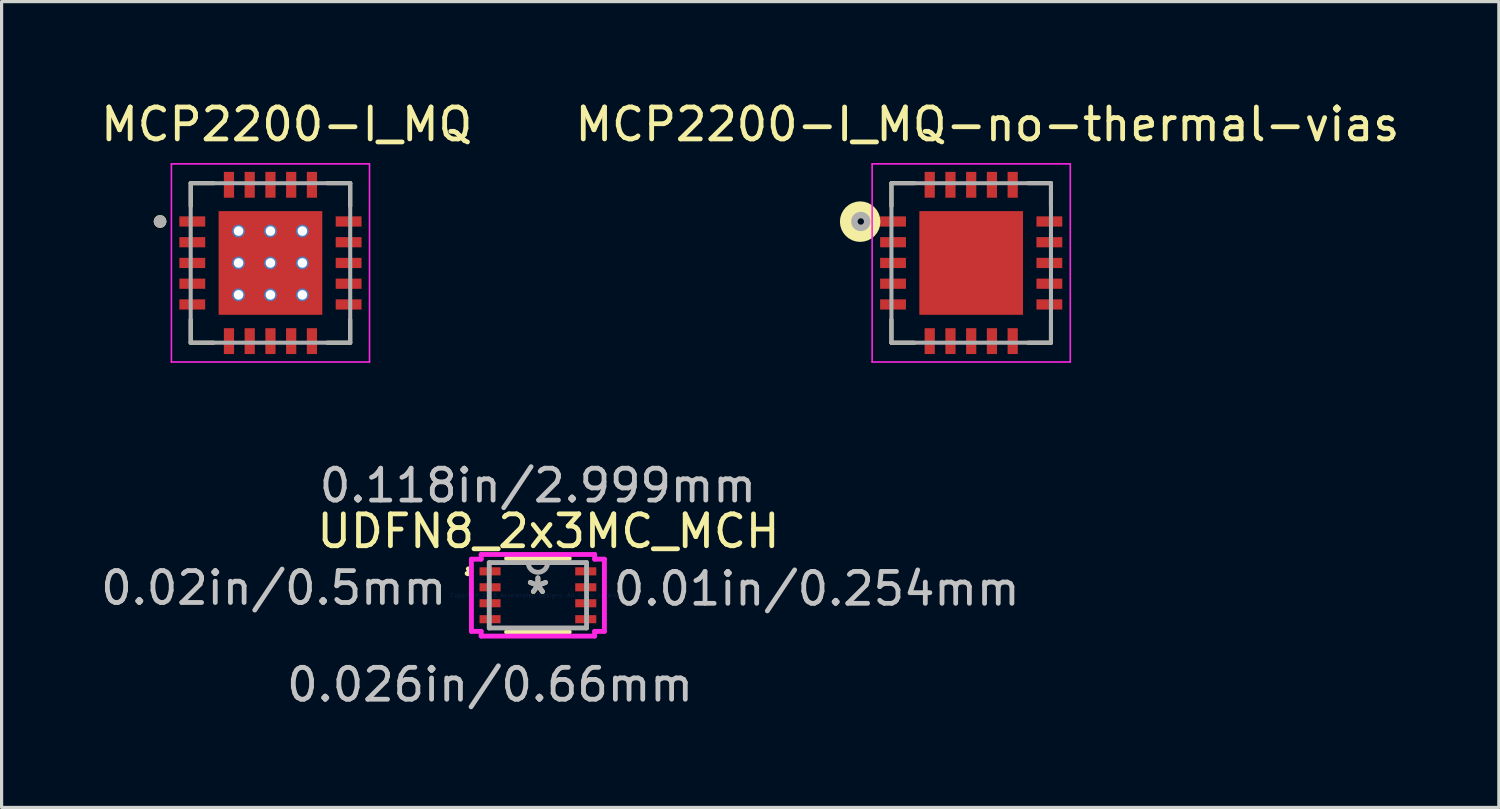
<source format=kicad_pcb>
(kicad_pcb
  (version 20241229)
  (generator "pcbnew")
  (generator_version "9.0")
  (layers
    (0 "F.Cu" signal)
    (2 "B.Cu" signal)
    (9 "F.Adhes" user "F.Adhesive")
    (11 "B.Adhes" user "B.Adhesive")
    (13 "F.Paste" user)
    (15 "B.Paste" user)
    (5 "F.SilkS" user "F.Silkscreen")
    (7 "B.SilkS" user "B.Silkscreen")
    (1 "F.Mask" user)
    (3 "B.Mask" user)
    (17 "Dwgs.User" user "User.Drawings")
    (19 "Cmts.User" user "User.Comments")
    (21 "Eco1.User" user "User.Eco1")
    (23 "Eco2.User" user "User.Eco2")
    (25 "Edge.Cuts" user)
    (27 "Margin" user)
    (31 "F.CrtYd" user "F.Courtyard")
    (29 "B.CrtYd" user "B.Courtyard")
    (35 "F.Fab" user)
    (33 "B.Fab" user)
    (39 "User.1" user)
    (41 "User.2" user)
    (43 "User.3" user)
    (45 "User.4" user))
  (footprint "MCP2200-I_MQ-no-thermal-vias"
    (layer "F.Cu")
    (at 27.391 5.192)
    (property "Reference" "MCP2200-I_MQ-no-thermal-vias" (at 0.508 -4.343 0) (layer "F.SilkS") (effects (font (size 1 1) (thickness 0.15))))
    (attr through_hole)
    (fp_line (start -2.5 -2.5) (end -2.5 -1.78) (stroke (width 0.127) (type solid)) (layer "F.SilkS"))
    (fp_line (start -2.5 -2.5) (end -1.78 -2.5) (stroke (width 0.127) (type solid)) (layer "F.SilkS"))
    (fp_line (start -2.5 2.5) (end -2.5 1.78) (stroke (width 0.127) (type solid)) (layer "F.SilkS"))
    (fp_line (start -2.5 2.5) (end -1.78 2.5) (stroke (width 0.127) (type solid)) (layer "F.SilkS"))
    (fp_line (start 2.5 -2.5) (end 1.78 -2.5) (stroke (width 0.127) (type solid)) (layer "F.SilkS"))
    (fp_line (start 2.5 -2.5) (end 2.5 -1.78) (stroke (width 0.127) (type solid)) (layer "F.SilkS"))
    (fp_line (start 2.5 2.5) (end 1.78 2.5) (stroke (width 0.127) (type solid)) (layer "F.SilkS"))
    (fp_line (start 2.5 2.5) (end 2.5 1.78) (stroke (width 0.127) (type solid)) (layer "F.SilkS"))
    (fp_circle (center -3.48 -1.295) (end -3.302 -1.295) (stroke (width 0.457) (type solid)) (fill no) (layer "F.SilkS"))
    (fp_poly (pts (xy -1.03 -1.03) (xy 1.03 -1.03) (xy 1.03 1.03) (xy -1.03 1.03)) (stroke (width 0.01) (type solid)) (fill yes) (layer "F.Paste"))
    (fp_line (start -3.105 -3.105) (end 3.105 -3.105) (stroke (width 0.05) (type solid)) (layer "F.CrtYd"))
    (fp_line (start -3.105 3.105) (end -3.105 -3.105) (stroke (width 0.05) (type solid)) (layer "F.CrtYd"))
    (fp_line (start -3.105 3.105) (end 3.105 3.105) (stroke (width 0.05) (type solid)) (layer "F.CrtYd"))
    (fp_line (start 3.105 3.105) (end 3.105 -3.105) (stroke (width 0.05) (type solid)) (layer "F.CrtYd"))
    (fp_line (start -2.5 2.5) (end -2.5 -2.5) (stroke (width 0.127) (type solid)) (layer "F.Fab"))
    (fp_line (start 2.5 -2.5) (end -2.5 -2.5) (stroke (width 0.127) (type solid)) (layer "F.Fab"))
    (fp_line (start 2.5 2.5) (end -2.5 2.5) (stroke (width 0.127) (type solid)) (layer "F.Fab"))
    (fp_line (start 2.5 2.5) (end 2.5 -2.5) (stroke (width 0.127) (type solid)) (layer "F.Fab"))
    (fp_circle (center -3.46 -1.3) (end -3.36 -1.3) (stroke (width 0.203) (type solid)) (fill no) (layer "F.Fab"))
    (pad "1" smd rect (at -2.45 -1.3) (size 0.81 0.32) (layers "F.Cu" "F.Mask" "F.Paste"))
    (pad "2" smd rect (at -2.45 -0.65) (size 0.81 0.32) (layers "F.Cu" "F.Mask" "F.Paste"))
    (pad "3" smd rect (at -2.45 0) (size 0.81 0.32) (layers "F.Cu" "F.Mask" "F.Paste"))
    (pad "4" smd rect (at -2.45 0.65) (size 0.81 0.32) (layers "F.Cu" "F.Mask" "F.Paste"))
    (pad "5" smd rect (at -2.45 1.3) (size 0.81 0.32) (layers "F.Cu" "F.Mask" "F.Paste"))
    (pad "6" smd rect (at -1.3 2.45) (size 0.32 0.81) (layers "F.Cu" "F.Mask" "F.Paste"))
    (pad "7" smd rect (at -0.65 2.45) (size 0.32 0.81) (layers "F.Cu" "F.Mask" "F.Paste"))
    (pad "8" smd rect (at 0 2.45) (size 0.32 0.81) (layers "F.Cu" "F.Mask" "F.Paste"))
    (pad "9" smd rect (at 0.65 2.45) (size 0.32 0.81) (layers "F.Cu" "F.Mask" "F.Paste"))
    (pad "10" smd rect (at 1.3 2.45) (size 0.32 0.81) (layers "F.Cu" "F.Mask" "F.Paste"))
    (pad "11" smd rect (at 2.45 1.3) (size 0.81 0.32) (layers "F.Cu" "F.Mask" "F.Paste"))
    (pad "12" smd rect (at 2.45 0.65) (size 0.81 0.32) (layers "F.Cu" "F.Mask" "F.Paste"))
    (pad "13" smd rect (at 2.45 0) (size 0.81 0.32) (layers "F.Cu" "F.Mask" "F.Paste"))
    (pad "14" smd rect (at 2.45 -0.65) (size 0.81 0.32) (layers "F.Cu" "F.Mask" "F.Paste"))
    (pad "15" smd rect (at 2.45 -1.3) (size 0.81 0.32) (layers "F.Cu" "F.Mask" "F.Paste"))
    (pad "16" smd rect (at 1.3 -2.45) (size 0.32 0.81) (layers "F.Cu" "F.Mask" "F.Paste"))
    (pad "17" smd rect (at 0.65 -2.45) (size 0.32 0.81) (layers "F.Cu" "F.Mask" "F.Paste"))
    (pad "18" smd rect (at 0 -2.45) (size 0.32 0.81) (layers "F.Cu" "F.Mask" "F.Paste"))
    (pad "19" smd rect (at -0.65 -2.45) (size 0.32 0.81) (layers "F.Cu" "F.Mask" "F.Paste"))
    (pad "20" smd rect (at -1.3 -2.45) (size 0.32 0.81) (layers "F.Cu" "F.Mask" "F.Paste"))
    (pad "21" smd rect (at 0 0) (size 3.25 3.25) (layers "F.Cu" "F.Mask")))
  (footprint "UDFN8_2x3MC_MCH"
    (layer "F.Cu")
    (at 13.81 15.608)
    (property "Reference" "UDFN8_2x3MC_MCH" (at 0.33 -2.007 0) (layer "F.SilkS") (effects (font (size 1 1) (thickness 0.15))))
    (attr through_hole)
    (fp_line (start -0.982 1.152) (end 0.982 1.152) (stroke (width 0.152) (type solid)) (layer "F.SilkS"))
    (fp_line (start 0.982 -1.152) (end -0.982 -1.152) (stroke (width 0.152) (type solid)) (layer "F.SilkS"))
    (fp_arc (start -2.181399 -0.8262) (mid -2.10757 -0.731139) (end -2.217947 -0.683137) (stroke (width 0.1524) (type solid)) (layer "F.SilkS"))
    (fp_line (start -2.084 -1.131) (end -1.779 -1.131) (stroke (width 0.152) (type solid)) (layer "F.CrtYd"))
    (fp_line (start -2.084 1.131) (end -2.084 -1.131) (stroke (width 0.152) (type solid)) (layer "F.CrtYd"))
    (fp_line (start -1.779 -1.279) (end 1.779 -1.279) (stroke (width 0.152) (type solid)) (layer "F.CrtYd"))
    (fp_line (start -1.779 -1.131) (end -1.779 -1.279) (stroke (width 0.152) (type solid)) (layer "F.CrtYd"))
    (fp_line (start -1.779 1.131) (end -2.084 1.131) (stroke (width 0.152) (type solid)) (layer "F.CrtYd"))
    (fp_line (start -1.779 1.279) (end -1.779 1.131) (stroke (width 0.152) (type solid)) (layer "F.CrtYd"))
    (fp_line (start 1.779 -1.279) (end 1.779 -1.131) (stroke (width 0.152) (type solid)) (layer "F.CrtYd"))
    (fp_line (start 1.779 -1.131) (end 2.084 -1.131) (stroke (width 0.152) (type solid)) (layer "F.CrtYd"))
    (fp_line (start 1.779 1.131) (end 1.779 1.279) (stroke (width 0.152) (type solid)) (layer "F.CrtYd"))
    (fp_line (start 1.779 1.279) (end -1.779 1.279) (stroke (width 0.152) (type solid)) (layer "F.CrtYd"))
    (fp_line (start 2.084 -1.131) (end 2.084 1.131) (stroke (width 0.152) (type solid)) (layer "F.CrtYd"))
    (fp_line (start 2.084 1.131) (end 1.779 1.131) (stroke (width 0.152) (type solid)) (layer "F.CrtYd"))
    (fp_line (start -1.525 -1.025) (end -1.525 1.025) (stroke (width 0.152) (type solid)) (layer "F.Fab"))
    (fp_line (start -1.525 1.025) (end 1.525 1.025) (stroke (width 0.152) (type solid)) (layer "F.Fab"))
    (fp_line (start 1.525 -1.025) (end -1.525 -1.025) (stroke (width 0.152) (type solid)) (layer "F.Fab"))
    (fp_line (start 1.525 1.025) (end 1.525 -1.025) (stroke (width 0.152) (type solid)) (layer "F.Fab"))
    (fp_arc (start 0.3048 -1.025) (mid 0 -0.7202) (end -0.3048 -1.025) (stroke (width 0.1524) (type solid)) (layer "F.Fab"))
    (fp_text user "*" (at 0 0 0) (layer "F.SilkS") (effects (font (size 1 1) (thickness 0.15))))
    (fp_text user "0.118in/2.999mm" (at 0 -3.438 0) (layer "Dwgs.User") (effects (font (size 1 1) (thickness 0.15))))
    (fp_text user "0.01in/0.254mm" (at 8.738 -0.203 0) (layer "Dwgs.User") (effects (font (size 1 1) (thickness 0.15))))
    (fp_text user "0.02in/0.5mm" (at -8.28 -0.229 0) (layer "Dwgs.User") (effects (font (size 1 1) (thickness 0.15))))
    (fp_text user "0.026in/0.66mm" (at -1.5 2.803 0) (layer "Dwgs.User") (effects (font (size 1 1) (thickness 0.15))))
    (fp_text user "Copyright 2016 Accelerated Designs. All rights reserved." (at 0 0 0) (layer "Cmts.User") (effects (font (size 0.127 0.127) (thickness 0.002))))
    (fp_text user "*" (at 0 0 0) (layer "F.Fab") (effects (font (size 1 1) (thickness 0.15))))
    (pad "1" smd rect (at -1.5 -0.75) (size 0.66 0.254) (layers "F.Cu" "F.Mask" "F.Paste"))
    (pad "2" smd rect (at -1.5 -0.25) (size 0.66 0.254) (layers "F.Cu" "F.Mask" "F.Paste"))
    (pad "3" smd rect (at -1.5 0.25) (size 0.66 0.254) (layers "F.Cu" "F.Mask" "F.Paste"))
    (pad "4" smd rect (at -1.5 0.75) (size 0.66 0.254) (layers "F.Cu" "F.Mask" "F.Paste"))
    (pad "5" smd rect (at 1.5 0.75) (size 0.66 0.254) (layers "F.Cu" "F.Mask" "F.Paste"))
    (pad "6" smd rect (at 1.5 0.25) (size 0.66 0.254) (layers "F.Cu" "F.Mask" "F.Paste"))
    (pad "7" smd rect (at 1.5 -0.25) (size 0.66 0.254) (layers "F.Cu" "F.Mask" "F.Paste"))
    (pad "8" smd rect (at 1.5 -0.75) (size 0.66 0.254) (layers "F.Cu" "F.Mask" "F.Paste")))
  (footprint "MCP2200-I_MQ"
    (layer "F.Cu")
    (at 5.427 5.192)
    (property "Reference" "MCP2200-I_MQ" (at 0.508 -4.343 0) (layer "F.SilkS") (effects (font (size 1 1) (thickness 0.15))))
    (attr through_hole)
    (fp_line (start -2.5 -2.5) (end -2.5 -1.78) (stroke (width 0.127) (type solid)) (layer "F.SilkS"))
    (fp_line (start -2.5 -2.5) (end -1.78 -2.5) (stroke (width 0.127) (type solid)) (layer "F.SilkS"))
    (fp_line (start -2.5 2.5) (end -2.5 1.78) (stroke (width 0.127) (type solid)) (layer "F.SilkS"))
    (fp_line (start -2.5 2.5) (end -1.78 2.5) (stroke (width 0.127) (type solid)) (layer "F.SilkS"))
    (fp_line (start 2.5 -2.5) (end 1.78 -2.5) (stroke (width 0.127) (type solid)) (layer "F.SilkS"))
    (fp_line (start 2.5 -2.5) (end 2.5 -1.78) (stroke (width 0.127) (type solid)) (layer "F.SilkS"))
    (fp_line (start 2.5 2.5) (end 1.78 2.5) (stroke (width 0.127) (type solid)) (layer "F.SilkS"))
    (fp_line (start 2.5 2.5) (end 2.5 1.78) (stroke (width 0.127) (type solid)) (layer "F.SilkS"))
    (fp_circle (center -3.46 -1.3) (end -3.36 -1.3) (stroke (width 0.2) (type solid)) (fill no) (layer "F.SilkS"))
    (fp_poly (pts (xy -1.03 -1.03) (xy 1.03 -1.03) (xy 1.03 1.03) (xy -1.03 1.03)) (stroke (width 0.01) (type solid)) (fill yes) (layer "F.Paste"))
    (fp_line (start -3.105 -3.105) (end 3.105 -3.105) (stroke (width 0.05) (type solid)) (layer "F.CrtYd"))
    (fp_line (start -3.105 3.105) (end -3.105 -3.105) (stroke (width 0.05) (type solid)) (layer "F.CrtYd"))
    (fp_line (start -3.105 3.105) (end 3.105 3.105) (stroke (width 0.05) (type solid)) (layer "F.CrtYd"))
    (fp_line (start 3.105 3.105) (end 3.105 -3.105) (stroke (width 0.05) (type solid)) (layer "F.CrtYd"))
    (fp_line (start -2.5 2.5) (end -2.5 -2.5) (stroke (width 0.127) (type solid)) (layer "F.Fab"))
    (fp_line (start 2.5 -2.5) (end -2.5 -2.5) (stroke (width 0.127) (type solid)) (layer "F.Fab"))
    (fp_line (start 2.5 2.5) (end -2.5 2.5) (stroke (width 0.127) (type solid)) (layer "F.Fab"))
    (fp_line (start 2.5 2.5) (end 2.5 -2.5) (stroke (width 0.127) (type solid)) (layer "F.Fab"))
    (fp_circle (center -3.46 -1.3) (end -3.36 -1.3) (stroke (width 0.2) (type solid)) (fill no) (layer "F.Fab"))
    (pad "1" smd rect (at -2.45 -1.3) (size 0.81 0.32) (layers "F.Cu" "F.Mask" "F.Paste"))
    (pad "2" smd rect (at -2.45 -0.65) (size 0.81 0.32) (layers "F.Cu" "F.Mask" "F.Paste"))
    (pad "3" smd rect (at -2.45 0) (size 0.81 0.32) (layers "F.Cu" "F.Mask" "F.Paste"))
    (pad "4" smd rect (at -2.45 0.65) (size 0.81 0.32) (layers "F.Cu" "F.Mask" "F.Paste"))
    (pad "5" smd rect (at -2.45 1.3) (size 0.81 0.32) (layers "F.Cu" "F.Mask" "F.Paste"))
    (pad "6" smd rect (at -1.3 2.45) (size 0.32 0.81) (layers "F.Cu" "F.Mask" "F.Paste"))
    (pad "7" smd rect (at -0.65 2.45) (size 0.32 0.81) (layers "F.Cu" "F.Mask" "F.Paste"))
    (pad "8" smd rect (at 0 2.45) (size 0.32 0.81) (layers "F.Cu" "F.Mask" "F.Paste"))
    (pad "9" smd rect (at 0.65 2.45) (size 0.32 0.81) (layers "F.Cu" "F.Mask" "F.Paste"))
    (pad "10" smd rect (at 1.3 2.45) (size 0.32 0.81) (layers "F.Cu" "F.Mask" "F.Paste"))
    (pad "11" smd rect (at 2.45 1.3) (size 0.81 0.32) (layers "F.Cu" "F.Mask" "F.Paste"))
    (pad "12" smd rect (at 2.45 0.65) (size 0.81 0.32) (layers "F.Cu" "F.Mask" "F.Paste"))
    (pad "13" smd rect (at 2.45 0) (size 0.81 0.32) (layers "F.Cu" "F.Mask" "F.Paste"))
    (pad "14" smd rect (at 2.45 -0.65) (size 0.81 0.32) (layers "F.Cu" "F.Mask" "F.Paste"))
    (pad "15" smd rect (at 2.45 -1.3) (size 0.81 0.32) (layers "F.Cu" "F.Mask" "F.Paste"))
    (pad "16" smd rect (at 1.3 -2.45) (size 0.32 0.81) (layers "F.Cu" "F.Mask" "F.Paste"))
    (pad "17" smd rect (at 0.65 -2.45) (size 0.32 0.81) (layers "F.Cu" "F.Mask" "F.Paste"))
    (pad "18" smd rect (at 0 -2.45) (size 0.32 0.81) (layers "F.Cu" "F.Mask" "F.Paste"))
    (pad "19" smd rect (at -0.65 -2.45) (size 0.32 0.81) (layers "F.Cu" "F.Mask" "F.Paste"))
    (pad "20" smd rect (at -1.3 -2.45) (size 0.32 0.81) (layers "F.Cu" "F.Mask" "F.Paste"))
    (pad "21" smd rect (at 0 0) (size 3.25 3.25) (layers "F.Cu" "F.Mask"))
    (pad "21_1" thru_hole circle (at -1 -1) (size 0.4 0.4) (drill 0.3) (layers "*.Cu" "*.Mask"))
    (pad "21_2" thru_hole circle (at 0 -1) (size 0.4 0.4) (drill 0.3) (layers "*.Cu" "*.Mask"))
    (pad "21_3" thru_hole circle (at 1 -1) (size 0.4 0.4) (drill 0.3) (layers "*.Cu" "*.Mask"))
    (pad "21_4" thru_hole circle (at -1 0) (size 0.4 0.4) (drill 0.3) (layers "*.Cu" "*.Mask"))
    (pad "21_5" thru_hole circle (at 0 0) (size 0.4 0.4) (drill 0.3) (layers "*.Cu" "*.Mask"))
    (pad "21_6" thru_hole circle (at 1 0) (size 0.4 0.4) (drill 0.3) (layers "*.Cu" "*.Mask"))
    (pad "21_7" thru_hole circle (at -1 1) (size 0.4 0.4) (drill 0.3) (layers "*.Cu" "*.Mask"))
    (pad "21_8" thru_hole circle (at 0 1) (size 0.4 0.4) (drill 0.3) (layers "*.Cu" "*.Mask"))
    (pad "21_9" thru_hole circle (at 1 1) (size 0.4 0.4) (drill 0.3) (layers "*.Cu" "*.Mask")))
  (gr_rect
    (start -3 -3)
    (end 43.929 22.259)
    (stroke (width 0.1) (type default))
    (fill no)
    (layer "Edge.Cuts")))
</source>
